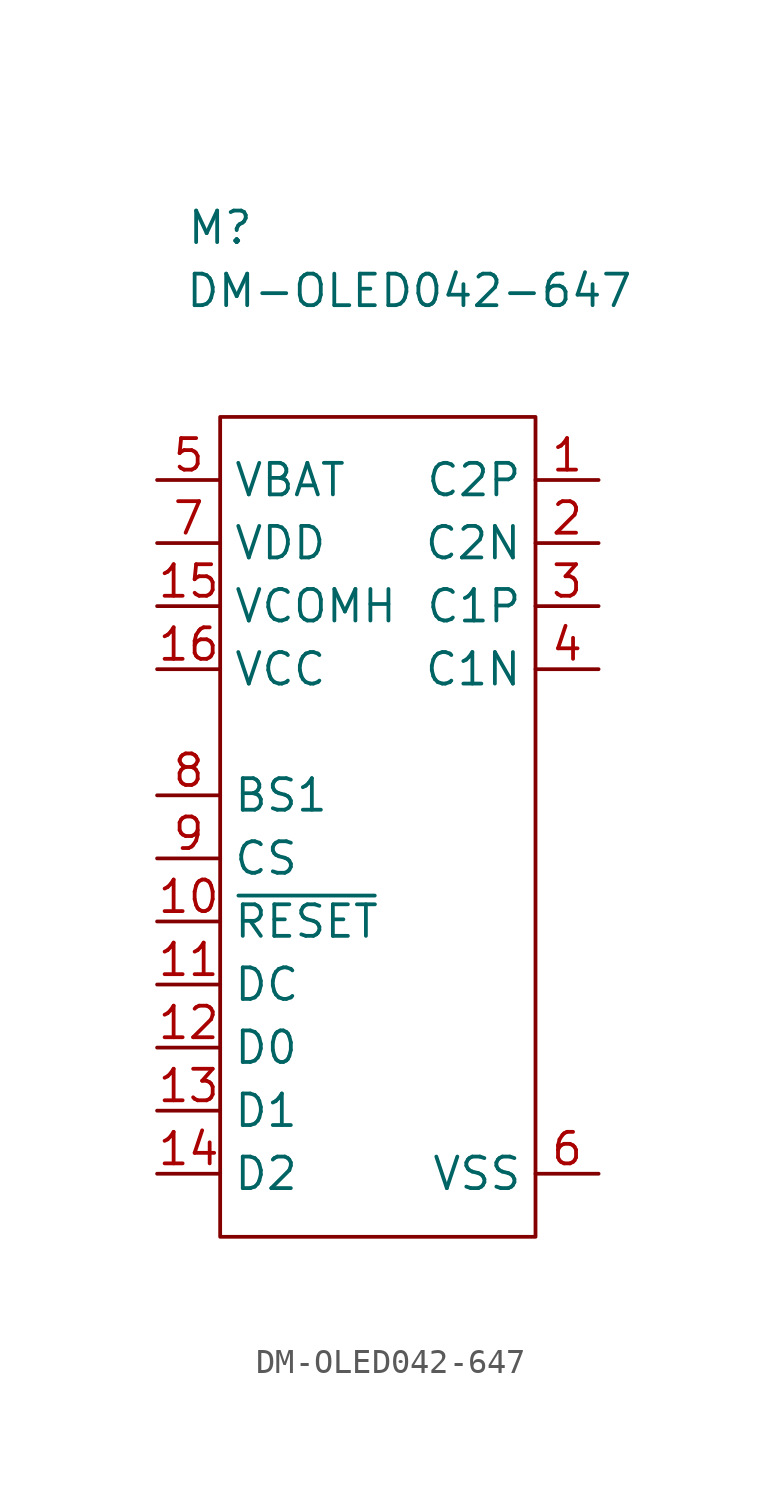
<source format=kicad_sym>
(kicad_symbol_lib
  (version 20220914)
  (generator kicad_symbol_editor)
  (symbol "DM-OLED042-647"
    (property "Reference" "M"
      (at 0 7.62 0)
      (effects (font (size 1.27 1.27))))
    (property "Value" "DM-OLED042-647"
      (at 7.62 5.08 0)
      (effects (font (size 1.27 1.27))))
    (symbol "DM-OLED042-647_0_1"
      (rectangle (start 0 0) (end 12.7 -33.02) (stroke (width 0) (type default)) (fill (type none))))
    (symbol "DM-OLED042-647_1_1"
      (pin power_in line (at 15.24 -2.54 180) (length 2.54) (name "C2P" (effects (font (size 1.27 1.27)))) (number "1" (effects (font (size 1.27 1.27)))))
      (pin input line (at -2.54 -20.32 0) (length 2.54) (name "~{RESET}" (effects (font (size 1.27 1.27)))) (number "10" (effects (font (size 1.27 1.27)))))
      (pin input line (at -2.54 -22.86 0) (length 2.54) (name "DC" (effects (font (size 1.27 1.27)))) (number "11" (effects (font (size 1.27 1.27)))))
      (pin input line (at -2.54 -25.4 0) (length 2.54) (name "D0" (effects (font (size 1.27 1.27)))) (number "12" (effects (font (size 1.27 1.27)))))
      (pin bidirectional line (at -2.54 -27.94 0) (length 2.54) (name "D1" (effects (font (size 1.27 1.27)))) (number "13" (effects (font (size 1.27 1.27)))))
      (pin passive line (at -2.54 -30.48 0) (length 2.54) (name "D2" (effects (font (size 1.27 1.27)))) (number "14" (effects (font (size 1.27 1.27)))))
      (pin power_in line (at -2.54 -7.62 0) (length 2.54) (name "VCOMH" (effects (font (size 1.27 1.27)))) (number "15" (effects (font (size 1.27 1.27)))))
      (pin power_in line (at -2.54 -10.16 0) (length 2.54) (name "VCC" (effects (font (size 1.27 1.27)))) (number "16" (effects (font (size 1.27 1.27)))))
      (pin power_in line (at 15.24 -5.08 180) (length 2.54) (name "C2N" (effects (font (size 1.27 1.27)))) (number "2" (effects (font (size 1.27 1.27)))))
      (pin power_in line (at 15.24 -7.62 180) (length 2.54) (name "C1P" (effects (font (size 1.27 1.27)))) (number "3" (effects (font (size 1.27 1.27)))))
      (pin power_in line (at 15.24 -10.16 180) (length 2.54) (name "C1N" (effects (font (size 1.27 1.27)))) (number "4" (effects (font (size 1.27 1.27)))))
      (pin power_in line (at -2.54 -2.54 0) (length 2.54) (name "VBAT" (effects (font (size 1.27 1.27)))) (number "5" (effects (font (size 1.27 1.27)))))
      (pin power_in line (at 15.24 -30.48 180) (length 2.54) (name "VSS" (effects (font (size 1.27 1.27)))) (number "6" (effects (font (size 1.27 1.27)))))
      (pin power_in line (at -2.54 -5.08 0) (length 2.54) (name "VDD" (effects (font (size 1.27 1.27)))) (number "7" (effects (font (size 1.27 1.27)))))
      (pin input line (at -2.54 -15.24 0) (length 2.54) (name "BS1" (effects (font (size 1.27 1.27)))) (number "8" (effects (font (size 1.27 1.27)))))
      (pin input line (at -2.54 -17.78 0) (length 2.54) (name "CS" (effects (font (size 1.27 1.27)))) (number "9" (effects (font (size 1.27 1.27))))))))
</source>
